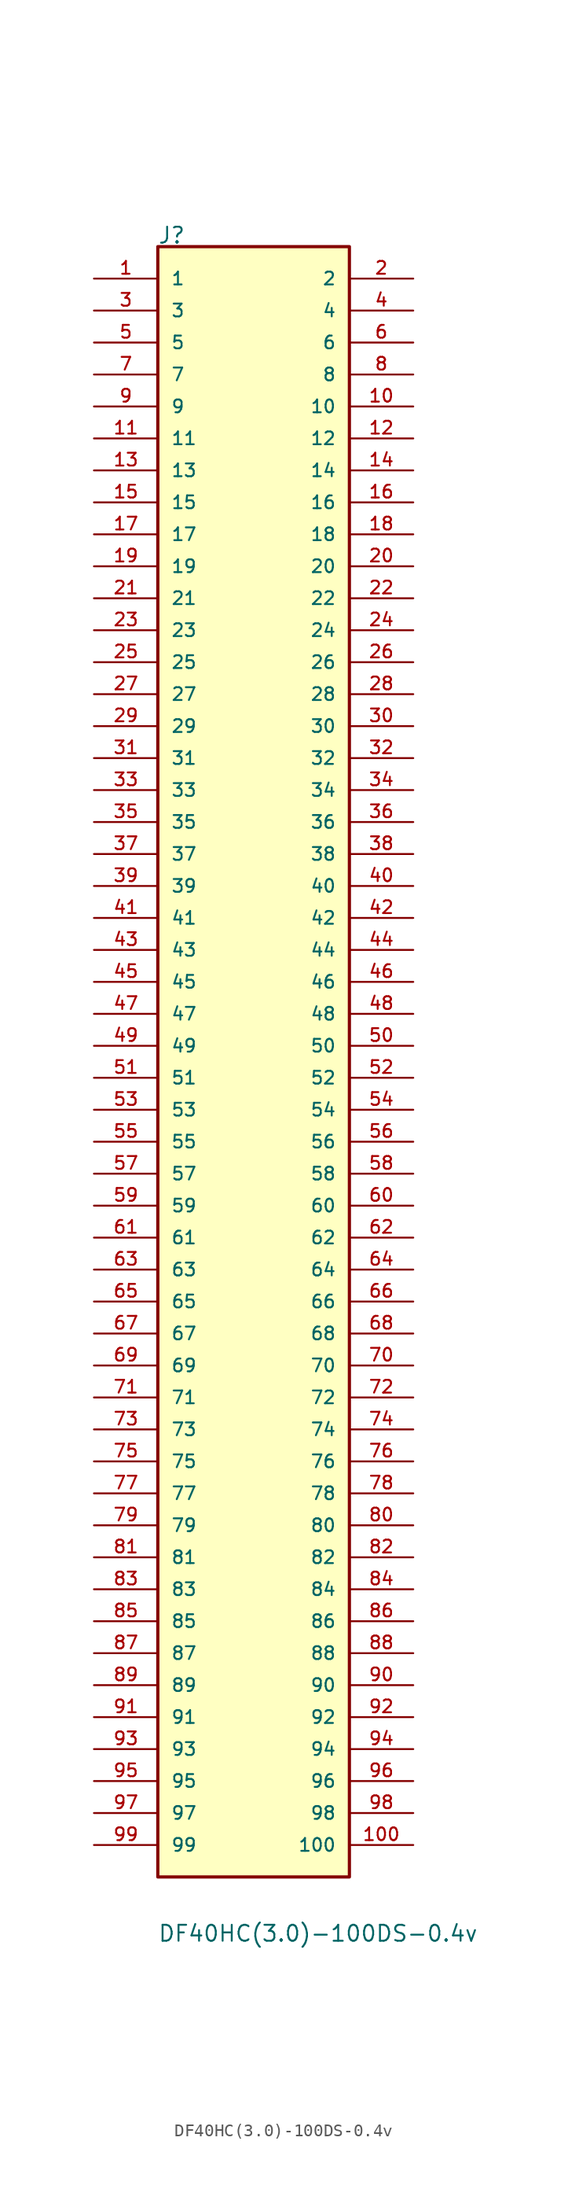
<source format=kicad_sym>
(kicad_symbol_lib
  (version 20211014)
  (generator kicad_symbol_editor)
  (symbol "DF40HC(3.0)-100DS-0.4v"
    (pin_names
      (offset 1.016))
    (property "Reference" "J"
      (at -7.645 63.652 0)
      (effects (font (size 1.27 1.27)) (justify left bottom)))
    (property "Value" "DF40HC(3.0)-100DS-0.4v"
      (at -7.645 -71.272 0)
      (effects (font (size 1.27 1.27)) (justify left bottom)))
    (symbol "DF40HC(3.0)-100DS-0.4v_0_0"
      (rectangle (start -7.62 -66.04) (end 7.62 63.5) (stroke (width 0.254) (type default) (color 0 0 0 0)) (fill (type background)))
      (pin passive line (at -12.7 60.96 0) (length 5.08) (name "1" (effects (font (size 1.016 1.016)))) (number "1" (effects (font (size 1.016 1.016)))))
      (pin passive line (at 12.7 50.8 180) (length 5.08) (name "10" (effects (font (size 1.016 1.016)))) (number "10" (effects (font (size 1.016 1.016)))))
      (pin passive line (at 12.7 -63.5 180) (length 5.08) (name "100" (effects (font (size 1.016 1.016)))) (number "100" (effects (font (size 1.016 1.016)))))
      (pin passive line (at -12.7 48.26 0) (length 5.08) (name "11" (effects (font (size 1.016 1.016)))) (number "11" (effects (font (size 1.016 1.016)))))
      (pin passive line (at 12.7 48.26 180) (length 5.08) (name "12" (effects (font (size 1.016 1.016)))) (number "12" (effects (font (size 1.016 1.016)))))
      (pin passive line (at -12.7 45.72 0) (length 5.08) (name "13" (effects (font (size 1.016 1.016)))) (number "13" (effects (font (size 1.016 1.016)))))
      (pin passive line (at 12.7 45.72 180) (length 5.08) (name "14" (effects (font (size 1.016 1.016)))) (number "14" (effects (font (size 1.016 1.016)))))
      (pin passive line (at -12.7 43.18 0) (length 5.08) (name "15" (effects (font (size 1.016 1.016)))) (number "15" (effects (font (size 1.016 1.016)))))
      (pin passive line (at 12.7 43.18 180) (length 5.08) (name "16" (effects (font (size 1.016 1.016)))) (number "16" (effects (font (size 1.016 1.016)))))
      (pin passive line (at -12.7 40.64 0) (length 5.08) (name "17" (effects (font (size 1.016 1.016)))) (number "17" (effects (font (size 1.016 1.016)))))
      (pin passive line (at 12.7 40.64 180) (length 5.08) (name "18" (effects (font (size 1.016 1.016)))) (number "18" (effects (font (size 1.016 1.016)))))
      (pin passive line (at -12.7 38.1 0) (length 5.08) (name "19" (effects (font (size 1.016 1.016)))) (number "19" (effects (font (size 1.016 1.016)))))
      (pin passive line (at 12.7 60.96 180) (length 5.08) (name "2" (effects (font (size 1.016 1.016)))) (number "2" (effects (font (size 1.016 1.016)))))
      (pin passive line (at 12.7 38.1 180) (length 5.08) (name "20" (effects (font (size 1.016 1.016)))) (number "20" (effects (font (size 1.016 1.016)))))
      (pin passive line (at -12.7 35.56 0) (length 5.08) (name "21" (effects (font (size 1.016 1.016)))) (number "21" (effects (font (size 1.016 1.016)))))
      (pin passive line (at 12.7 35.56 180) (length 5.08) (name "22" (effects (font (size 1.016 1.016)))) (number "22" (effects (font (size 1.016 1.016)))))
      (pin passive line (at -12.7 33.02 0) (length 5.08) (name "23" (effects (font (size 1.016 1.016)))) (number "23" (effects (font (size 1.016 1.016)))))
      (pin passive line (at 12.7 33.02 180) (length 5.08) (name "24" (effects (font (size 1.016 1.016)))) (number "24" (effects (font (size 1.016 1.016)))))
      (pin passive line (at -12.7 30.48 0) (length 5.08) (name "25" (effects (font (size 1.016 1.016)))) (number "25" (effects (font (size 1.016 1.016)))))
      (pin passive line (at 12.7 30.48 180) (length 5.08) (name "26" (effects (font (size 1.016 1.016)))) (number "26" (effects (font (size 1.016 1.016)))))
      (pin passive line (at -12.7 27.94 0) (length 5.08) (name "27" (effects (font (size 1.016 1.016)))) (number "27" (effects (font (size 1.016 1.016)))))
      (pin passive line (at 12.7 27.94 180) (length 5.08) (name "28" (effects (font (size 1.016 1.016)))) (number "28" (effects (font (size 1.016 1.016)))))
      (pin passive line (at -12.7 25.4 0) (length 5.08) (name "29" (effects (font (size 1.016 1.016)))) (number "29" (effects (font (size 1.016 1.016)))))
      (pin passive line (at -12.7 58.42 0) (length 5.08) (name "3" (effects (font (size 1.016 1.016)))) (number "3" (effects (font (size 1.016 1.016)))))
      (pin passive line (at 12.7 25.4 180) (length 5.08) (name "30" (effects (font (size 1.016 1.016)))) (number "30" (effects (font (size 1.016 1.016)))))
      (pin passive line (at -12.7 22.86 0) (length 5.08) (name "31" (effects (font (size 1.016 1.016)))) (number "31" (effects (font (size 1.016 1.016)))))
      (pin passive line (at 12.7 22.86 180) (length 5.08) (name "32" (effects (font (size 1.016 1.016)))) (number "32" (effects (font (size 1.016 1.016)))))
      (pin passive line (at -12.7 20.32 0) (length 5.08) (name "33" (effects (font (size 1.016 1.016)))) (number "33" (effects (font (size 1.016 1.016)))))
      (pin passive line (at 12.7 20.32 180) (length 5.08) (name "34" (effects (font (size 1.016 1.016)))) (number "34" (effects (font (size 1.016 1.016)))))
      (pin passive line (at -12.7 17.78 0) (length 5.08) (name "35" (effects (font (size 1.016 1.016)))) (number "35" (effects (font (size 1.016 1.016)))))
      (pin passive line (at 12.7 17.78 180) (length 5.08) (name "36" (effects (font (size 1.016 1.016)))) (number "36" (effects (font (size 1.016 1.016)))))
      (pin passive line (at -12.7 15.24 0) (length 5.08) (name "37" (effects (font (size 1.016 1.016)))) (number "37" (effects (font (size 1.016 1.016)))))
      (pin passive line (at 12.7 15.24 180) (length 5.08) (name "38" (effects (font (size 1.016 1.016)))) (number "38" (effects (font (size 1.016 1.016)))))
      (pin passive line (at -12.7 12.7 0) (length 5.08) (name "39" (effects (font (size 1.016 1.016)))) (number "39" (effects (font (size 1.016 1.016)))))
      (pin passive line (at 12.7 58.42 180) (length 5.08) (name "4" (effects (font (size 1.016 1.016)))) (number "4" (effects (font (size 1.016 1.016)))))
      (pin passive line (at 12.7 12.7 180) (length 5.08) (name "40" (effects (font (size 1.016 1.016)))) (number "40" (effects (font (size 1.016 1.016)))))
      (pin passive line (at -12.7 10.16 0) (length 5.08) (name "41" (effects (font (size 1.016 1.016)))) (number "41" (effects (font (size 1.016 1.016)))))
      (pin passive line (at 12.7 10.16 180) (length 5.08) (name "42" (effects (font (size 1.016 1.016)))) (number "42" (effects (font (size 1.016 1.016)))))
      (pin passive line (at -12.7 7.62 0) (length 5.08) (name "43" (effects (font (size 1.016 1.016)))) (number "43" (effects (font (size 1.016 1.016)))))
      (pin passive line (at 12.7 7.62 180) (length 5.08) (name "44" (effects (font (size 1.016 1.016)))) (number "44" (effects (font (size 1.016 1.016)))))
      (pin passive line (at -12.7 5.08 0) (length 5.08) (name "45" (effects (font (size 1.016 1.016)))) (number "45" (effects (font (size 1.016 1.016)))))
      (pin passive line (at 12.7 5.08 180) (length 5.08) (name "46" (effects (font (size 1.016 1.016)))) (number "46" (effects (font (size 1.016 1.016)))))
      (pin passive line (at -12.7 2.54 0) (length 5.08) (name "47" (effects (font (size 1.016 1.016)))) (number "47" (effects (font (size 1.016 1.016)))))
      (pin passive line (at 12.7 2.54 180) (length 5.08) (name "48" (effects (font (size 1.016 1.016)))) (number "48" (effects (font (size 1.016 1.016)))))
      (pin passive line (at -12.7 0 0) (length 5.08) (name "49" (effects (font (size 1.016 1.016)))) (number "49" (effects (font (size 1.016 1.016)))))
      (pin passive line (at -12.7 55.88 0) (length 5.08) (name "5" (effects (font (size 1.016 1.016)))) (number "5" (effects (font (size 1.016 1.016)))))
      (pin passive line (at 12.7 0 180) (length 5.08) (name "50" (effects (font (size 1.016 1.016)))) (number "50" (effects (font (size 1.016 1.016)))))
      (pin passive line (at -12.7 -2.54 0) (length 5.08) (name "51" (effects (font (size 1.016 1.016)))) (number "51" (effects (font (size 1.016 1.016)))))
      (pin passive line (at 12.7 -2.54 180) (length 5.08) (name "52" (effects (font (size 1.016 1.016)))) (number "52" (effects (font (size 1.016 1.016)))))
      (pin passive line (at -12.7 -5.08 0) (length 5.08) (name "53" (effects (font (size 1.016 1.016)))) (number "53" (effects (font (size 1.016 1.016)))))
      (pin passive line (at 12.7 -5.08 180) (length 5.08) (name "54" (effects (font (size 1.016 1.016)))) (number "54" (effects (font (size 1.016 1.016)))))
      (pin passive line (at -12.7 -7.62 0) (length 5.08) (name "55" (effects (font (size 1.016 1.016)))) (number "55" (effects (font (size 1.016 1.016)))))
      (pin passive line (at 12.7 -7.62 180) (length 5.08) (name "56" (effects (font (size 1.016 1.016)))) (number "56" (effects (font (size 1.016 1.016)))))
      (pin passive line (at -12.7 -10.16 0) (length 5.08) (name "57" (effects (font (size 1.016 1.016)))) (number "57" (effects (font (size 1.016 1.016)))))
      (pin passive line (at 12.7 -10.16 180) (length 5.08) (name "58" (effects (font (size 1.016 1.016)))) (number "58" (effects (font (size 1.016 1.016)))))
      (pin passive line (at -12.7 -12.7 0) (length 5.08) (name "59" (effects (font (size 1.016 1.016)))) (number "59" (effects (font (size 1.016 1.016)))))
      (pin passive line (at 12.7 55.88 180) (length 5.08) (name "6" (effects (font (size 1.016 1.016)))) (number "6" (effects (font (size 1.016 1.016)))))
      (pin passive line (at 12.7 -12.7 180) (length 5.08) (name "60" (effects (font (size 1.016 1.016)))) (number "60" (effects (font (size 1.016 1.016)))))
      (pin passive line (at -12.7 -15.24 0) (length 5.08) (name "61" (effects (font (size 1.016 1.016)))) (number "61" (effects (font (size 1.016 1.016)))))
      (pin passive line (at 12.7 -15.24 180) (length 5.08) (name "62" (effects (font (size 1.016 1.016)))) (number "62" (effects (font (size 1.016 1.016)))))
      (pin passive line (at -12.7 -17.78 0) (length 5.08) (name "63" (effects (font (size 1.016 1.016)))) (number "63" (effects (font (size 1.016 1.016)))))
      (pin passive line (at 12.7 -17.78 180) (length 5.08) (name "64" (effects (font (size 1.016 1.016)))) (number "64" (effects (font (size 1.016 1.016)))))
      (pin passive line (at -12.7 -20.32 0) (length 5.08) (name "65" (effects (font (size 1.016 1.016)))) (number "65" (effects (font (size 1.016 1.016)))))
      (pin passive line (at 12.7 -20.32 180) (length 5.08) (name "66" (effects (font (size 1.016 1.016)))) (number "66" (effects (font (size 1.016 1.016)))))
      (pin passive line (at -12.7 -22.86 0) (length 5.08) (name "67" (effects (font (size 1.016 1.016)))) (number "67" (effects (font (size 1.016 1.016)))))
      (pin passive line (at 12.7 -22.86 180) (length 5.08) (name "68" (effects (font (size 1.016 1.016)))) (number "68" (effects (font (size 1.016 1.016)))))
      (pin passive line (at -12.7 -25.4 0) (length 5.08) (name "69" (effects (font (size 1.016 1.016)))) (number "69" (effects (font (size 1.016 1.016)))))
      (pin passive line (at -12.7 53.34 0) (length 5.08) (name "7" (effects (font (size 1.016 1.016)))) (number "7" (effects (font (size 1.016 1.016)))))
      (pin passive line (at 12.7 -25.4 180) (length 5.08) (name "70" (effects (font (size 1.016 1.016)))) (number "70" (effects (font (size 1.016 1.016)))))
      (pin passive line (at -12.7 -27.94 0) (length 5.08) (name "71" (effects (font (size 1.016 1.016)))) (number "71" (effects (font (size 1.016 1.016)))))
      (pin passive line (at 12.7 -27.94 180) (length 5.08) (name "72" (effects (font (size 1.016 1.016)))) (number "72" (effects (font (size 1.016 1.016)))))
      (pin passive line (at -12.7 -30.48 0) (length 5.08) (name "73" (effects (font (size 1.016 1.016)))) (number "73" (effects (font (size 1.016 1.016)))))
      (pin passive line (at 12.7 -30.48 180) (length 5.08) (name "74" (effects (font (size 1.016 1.016)))) (number "74" (effects (font (size 1.016 1.016)))))
      (pin passive line (at -12.7 -33.02 0) (length 5.08) (name "75" (effects (font (size 1.016 1.016)))) (number "75" (effects (font (size 1.016 1.016)))))
      (pin passive line (at 12.7 -33.02 180) (length 5.08) (name "76" (effects (font (size 1.016 1.016)))) (number "76" (effects (font (size 1.016 1.016)))))
      (pin passive line (at -12.7 -35.56 0) (length 5.08) (name "77" (effects (font (size 1.016 1.016)))) (number "77" (effects (font (size 1.016 1.016)))))
      (pin passive line (at 12.7 -35.56 180) (length 5.08) (name "78" (effects (font (size 1.016 1.016)))) (number "78" (effects (font (size 1.016 1.016)))))
      (pin passive line (at -12.7 -38.1 0) (length 5.08) (name "79" (effects (font (size 1.016 1.016)))) (number "79" (effects (font (size 1.016 1.016)))))
      (pin passive line (at 12.7 53.34 180) (length 5.08) (name "8" (effects (font (size 1.016 1.016)))) (number "8" (effects (font (size 1.016 1.016)))))
      (pin passive line (at 12.7 -38.1 180) (length 5.08) (name "80" (effects (font (size 1.016 1.016)))) (number "80" (effects (font (size 1.016 1.016)))))
      (pin passive line (at -12.7 -40.64 0) (length 5.08) (name "81" (effects (font (size 1.016 1.016)))) (number "81" (effects (font (size 1.016 1.016)))))
      (pin passive line (at 12.7 -40.64 180) (length 5.08) (name "82" (effects (font (size 1.016 1.016)))) (number "82" (effects (font (size 1.016 1.016)))))
      (pin passive line (at -12.7 -43.18 0) (length 5.08) (name "83" (effects (font (size 1.016 1.016)))) (number "83" (effects (font (size 1.016 1.016)))))
      (pin passive line (at 12.7 -43.18 180) (length 5.08) (name "84" (effects (font (size 1.016 1.016)))) (number "84" (effects (font (size 1.016 1.016)))))
      (pin passive line (at -12.7 -45.72 0) (length 5.08) (name "85" (effects (font (size 1.016 1.016)))) (number "85" (effects (font (size 1.016 1.016)))))
      (pin passive line (at 12.7 -45.72 180) (length 5.08) (name "86" (effects (font (size 1.016 1.016)))) (number "86" (effects (font (size 1.016 1.016)))))
      (pin passive line (at -12.7 -48.26 0) (length 5.08) (name "87" (effects (font (size 1.016 1.016)))) (number "87" (effects (font (size 1.016 1.016)))))
      (pin passive line (at 12.7 -48.26 180) (length 5.08) (name "88" (effects (font (size 1.016 1.016)))) (number "88" (effects (font (size 1.016 1.016)))))
      (pin passive line (at -12.7 -50.8 0) (length 5.08) (name "89" (effects (font (size 1.016 1.016)))) (number "89" (effects (font (size 1.016 1.016)))))
      (pin passive line (at -12.7 50.8 0) (length 5.08) (name "9" (effects (font (size 1.016 1.016)))) (number "9" (effects (font (size 1.016 1.016)))))
      (pin passive line (at 12.7 -50.8 180) (length 5.08) (name "90" (effects (font (size 1.016 1.016)))) (number "90" (effects (font (size 1.016 1.016)))))
      (pin passive line (at -12.7 -53.34 0) (length 5.08) (name "91" (effects (font (size 1.016 1.016)))) (number "91" (effects (font (size 1.016 1.016)))))
      (pin passive line (at 12.7 -53.34 180) (length 5.08) (name "92" (effects (font (size 1.016 1.016)))) (number "92" (effects (font (size 1.016 1.016)))))
      (pin passive line (at -12.7 -55.88 0) (length 5.08) (name "93" (effects (font (size 1.016 1.016)))) (number "93" (effects (font (size 1.016 1.016)))))
      (pin passive line (at 12.7 -55.88 180) (length 5.08) (name "94" (effects (font (size 1.016 1.016)))) (number "94" (effects (font (size 1.016 1.016)))))
      (pin passive line (at -12.7 -58.42 0) (length 5.08) (name "95" (effects (font (size 1.016 1.016)))) (number "95" (effects (font (size 1.016 1.016)))))
      (pin passive line (at 12.7 -58.42 180) (length 5.08) (name "96" (effects (font (size 1.016 1.016)))) (number "96" (effects (font (size 1.016 1.016)))))
      (pin passive line (at -12.7 -60.96 0) (length 5.08) (name "97" (effects (font (size 1.016 1.016)))) (number "97" (effects (font (size 1.016 1.016)))))
      (pin passive line (at 12.7 -60.96 180) (length 5.08) (name "98" (effects (font (size 1.016 1.016)))) (number "98" (effects (font (size 1.016 1.016)))))
      (pin passive line (at -12.7 -63.5 0) (length 5.08) (name "99" (effects (font (size 1.016 1.016)))) (number "99" (effects (font (size 1.016 1.016))))))))
</source>
